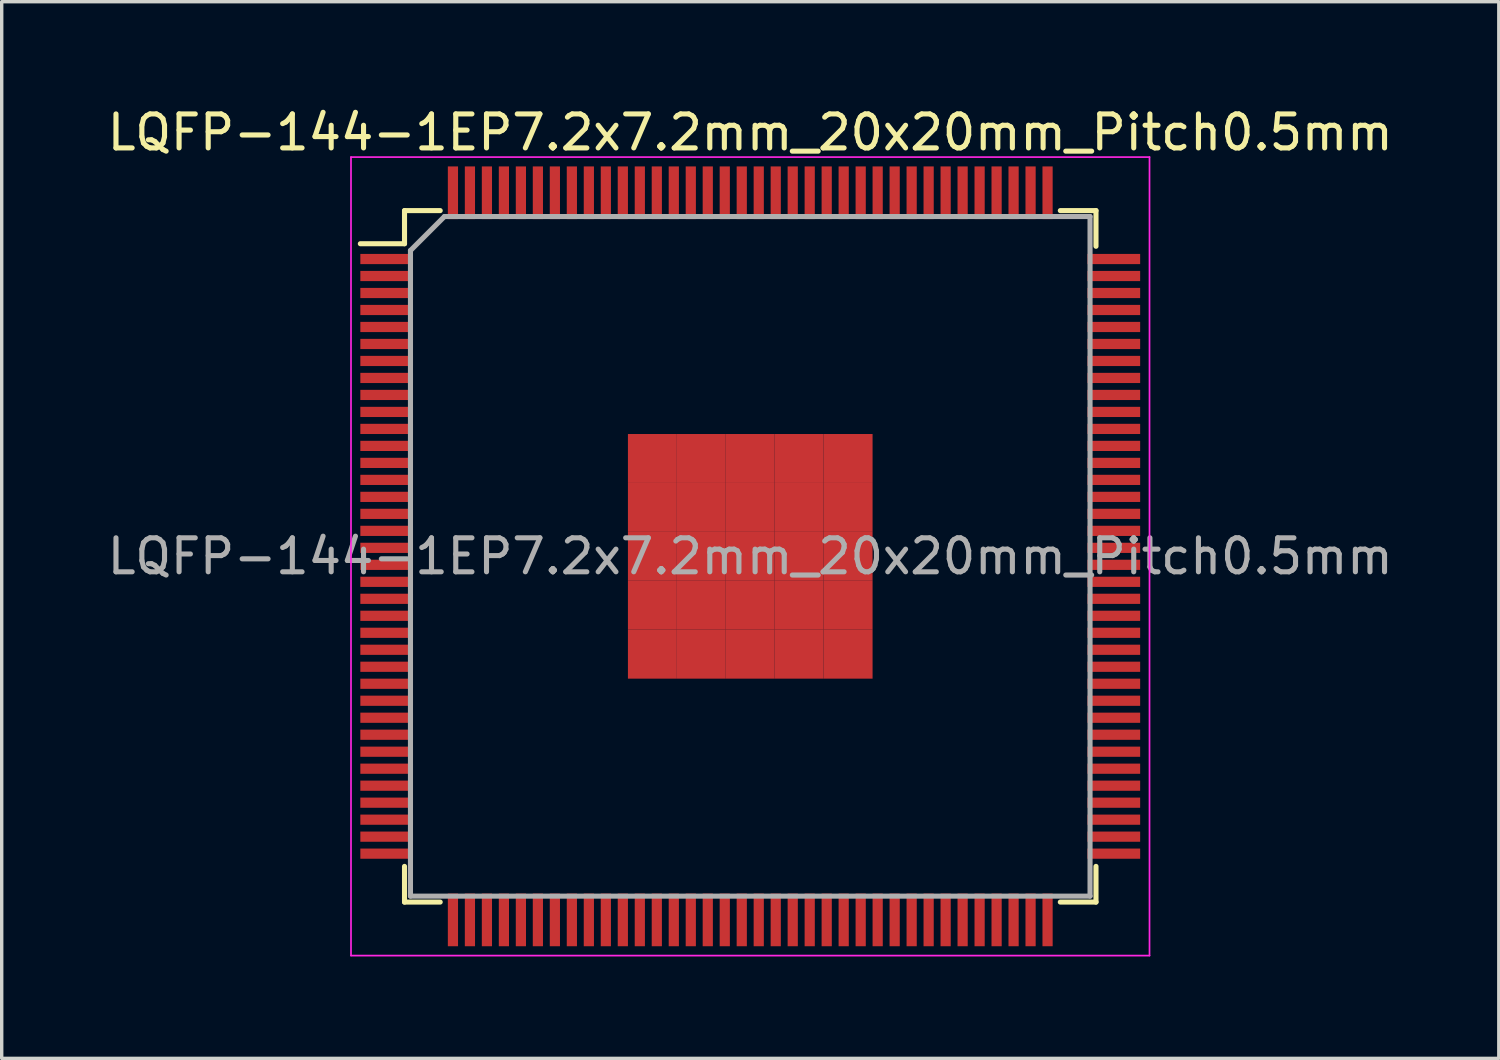
<source format=kicad_pcb>
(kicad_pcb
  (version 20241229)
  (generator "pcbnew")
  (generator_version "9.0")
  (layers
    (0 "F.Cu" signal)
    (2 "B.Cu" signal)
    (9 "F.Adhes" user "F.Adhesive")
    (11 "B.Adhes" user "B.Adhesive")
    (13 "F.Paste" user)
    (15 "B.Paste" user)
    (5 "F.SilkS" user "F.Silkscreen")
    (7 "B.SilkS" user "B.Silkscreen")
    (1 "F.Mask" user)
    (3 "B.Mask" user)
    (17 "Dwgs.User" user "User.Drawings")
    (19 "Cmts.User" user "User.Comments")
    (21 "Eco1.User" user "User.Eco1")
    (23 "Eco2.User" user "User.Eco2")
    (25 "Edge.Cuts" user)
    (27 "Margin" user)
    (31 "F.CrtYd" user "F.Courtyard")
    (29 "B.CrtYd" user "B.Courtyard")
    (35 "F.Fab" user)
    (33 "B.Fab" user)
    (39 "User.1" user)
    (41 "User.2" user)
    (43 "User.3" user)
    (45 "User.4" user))
  (footprint "LQFP-144-1EP7.2x7.2mm_20x20mm_Pitch0.5mm"
    (layer "F.Cu")
    (at 19.03 13.323)
    (property "Reference" "LQFP-144-1EP7.2x7.2mm_20x20mm_Pitch0.5mm" (at 0 -12.475 0) (layer "F.SilkS") (effects (font (size 1 1) (thickness 0.15))))
    (attr smd)
    (fp_line (start -10.175 -10.175) (end -10.175 -9.2) (stroke (width 0.15) (type solid)) (layer "F.SilkS"))
    (fp_line (start -10.175 -10.175) (end -9.125 -10.175) (stroke (width 0.15) (type solid)) (layer "F.SilkS"))
    (fp_line (start -10.175 -9.2) (end -11.475 -9.2) (stroke (width 0.15) (type solid)) (layer "F.SilkS"))
    (fp_line (start -10.175 10.175) (end -10.175 9.125) (stroke (width 0.15) (type solid)) (layer "F.SilkS"))
    (fp_line (start -10.175 10.175) (end -9.125 10.175) (stroke (width 0.15) (type solid)) (layer "F.SilkS"))
    (fp_line (start 10.175 -10.175) (end 9.125 -10.175) (stroke (width 0.15) (type solid)) (layer "F.SilkS"))
    (fp_line (start 10.175 -10.175) (end 10.175 -9.125) (stroke (width 0.15) (type solid)) (layer "F.SilkS"))
    (fp_line (start 10.175 10.175) (end 9.125 10.175) (stroke (width 0.15) (type solid)) (layer "F.SilkS"))
    (fp_line (start 10.175 10.175) (end 10.175 9.125) (stroke (width 0.15) (type solid)) (layer "F.SilkS"))
    (fp_line (start -11.75 -11.75) (end -11.75 11.75) (stroke (width 0.05) (type solid)) (layer "F.CrtYd"))
    (fp_line (start -11.75 -11.75) (end 11.75 -11.75) (stroke (width 0.05) (type solid)) (layer "F.CrtYd"))
    (fp_line (start -11.75 11.75) (end 11.75 11.75) (stroke (width 0.05) (type solid)) (layer "F.CrtYd"))
    (fp_line (start 11.75 -11.75) (end 11.75 11.75) (stroke (width 0.05) (type solid)) (layer "F.CrtYd"))
    (fp_line (start -10 -9) (end -9 -10) (stroke (width 0.15) (type solid)) (layer "F.Fab"))
    (fp_line (start -10 10) (end -10 -9) (stroke (width 0.15) (type solid)) (layer "F.Fab"))
    (fp_line (start -9 -10) (end 10 -10) (stroke (width 0.15) (type solid)) (layer "F.Fab"))
    (fp_line (start 10 -10) (end 10 10) (stroke (width 0.15) (type solid)) (layer "F.Fab"))
    (fp_line (start 10 10) (end -10 10) (stroke (width 0.15) (type solid)) (layer "F.Fab"))
    (fp_text user "${REFERENCE}" (at 0 0 0) (layer "F.Fab") (effects (font (size 1 1) (thickness 0.15))))
    (pad "1" smd rect (at -10.7 -8.75) (size 1.55 0.3) (layers "F.Cu" "F.Mask" "F.Paste"))
    (pad "2" smd rect (at -10.7 -8.25) (size 1.55 0.3) (layers "F.Cu" "F.Mask" "F.Paste"))
    (pad "3" smd rect (at -10.7 -7.75) (size 1.55 0.3) (layers "F.Cu" "F.Mask" "F.Paste"))
    (pad "4" smd rect (at -10.7 -7.25) (size 1.55 0.3) (layers "F.Cu" "F.Mask" "F.Paste"))
    (pad "5" smd rect (at -10.7 -6.75) (size 1.55 0.3) (layers "F.Cu" "F.Mask" "F.Paste"))
    (pad "6" smd rect (at -10.7 -6.25) (size 1.55 0.3) (layers "F.Cu" "F.Mask" "F.Paste"))
    (pad "7" smd rect (at -10.7 -5.75) (size 1.55 0.3) (layers "F.Cu" "F.Mask" "F.Paste"))
    (pad "8" smd rect (at -10.7 -5.25) (size 1.55 0.3) (layers "F.Cu" "F.Mask" "F.Paste"))
    (pad "9" smd rect (at -10.7 -4.75) (size 1.55 0.3) (layers "F.Cu" "F.Mask" "F.Paste"))
    (pad "10" smd rect (at -10.7 -4.25) (size 1.55 0.3) (layers "F.Cu" "F.Mask" "F.Paste"))
    (pad "11" smd rect (at -10.7 -3.75) (size 1.55 0.3) (layers "F.Cu" "F.Mask" "F.Paste"))
    (pad "12" smd rect (at -10.7 -3.25) (size 1.55 0.3) (layers "F.Cu" "F.Mask" "F.Paste"))
    (pad "13" smd rect (at -10.7 -2.75) (size 1.55 0.3) (layers "F.Cu" "F.Mask" "F.Paste"))
    (pad "14" smd rect (at -10.7 -2.25) (size 1.55 0.3) (layers "F.Cu" "F.Mask" "F.Paste"))
    (pad "15" smd rect (at -10.7 -1.75) (size 1.55 0.3) (layers "F.Cu" "F.Mask" "F.Paste"))
    (pad "16" smd rect (at -10.7 -1.25) (size 1.55 0.3) (layers "F.Cu" "F.Mask" "F.Paste"))
    (pad "17" smd rect (at -10.7 -0.75) (size 1.55 0.3) (layers "F.Cu" "F.Mask" "F.Paste"))
    (pad "18" smd rect (at -10.7 -0.25) (size 1.55 0.3) (layers "F.Cu" "F.Mask" "F.Paste"))
    (pad "19" smd rect (at -10.7 0.25) (size 1.55 0.3) (layers "F.Cu" "F.Mask" "F.Paste"))
    (pad "20" smd rect (at -10.7 0.75) (size 1.55 0.3) (layers "F.Cu" "F.Mask" "F.Paste"))
    (pad "21" smd rect (at -10.7 1.25) (size 1.55 0.3) (layers "F.Cu" "F.Mask" "F.Paste"))
    (pad "22" smd rect (at -10.7 1.75) (size 1.55 0.3) (layers "F.Cu" "F.Mask" "F.Paste"))
    (pad "23" smd rect (at -10.7 2.25) (size 1.55 0.3) (layers "F.Cu" "F.Mask" "F.Paste"))
    (pad "24" smd rect (at -10.7 2.75) (size 1.55 0.3) (layers "F.Cu" "F.Mask" "F.Paste"))
    (pad "25" smd rect (at -10.7 3.25) (size 1.55 0.3) (layers "F.Cu" "F.Mask" "F.Paste"))
    (pad "26" smd rect (at -10.7 3.75) (size 1.55 0.3) (layers "F.Cu" "F.Mask" "F.Paste"))
    (pad "27" smd rect (at -10.7 4.25) (size 1.55 0.3) (layers "F.Cu" "F.Mask" "F.Paste"))
    (pad "28" smd rect (at -10.7 4.75) (size 1.55 0.3) (layers "F.Cu" "F.Mask" "F.Paste"))
    (pad "29" smd rect (at -10.7 5.25) (size 1.55 0.3) (layers "F.Cu" "F.Mask" "F.Paste"))
    (pad "30" smd rect (at -10.7 5.75) (size 1.55 0.3) (layers "F.Cu" "F.Mask" "F.Paste"))
    (pad "31" smd rect (at -10.7 6.25) (size 1.55 0.3) (layers "F.Cu" "F.Mask" "F.Paste"))
    (pad "32" smd rect (at -10.7 6.75) (size 1.55 0.3) (layers "F.Cu" "F.Mask" "F.Paste"))
    (pad "33" smd rect (at -10.7 7.25) (size 1.55 0.3) (layers "F.Cu" "F.Mask" "F.Paste"))
    (pad "34" smd rect (at -10.7 7.75) (size 1.55 0.3) (layers "F.Cu" "F.Mask" "F.Paste"))
    (pad "35" smd rect (at -10.7 8.25) (size 1.55 0.3) (layers "F.Cu" "F.Mask" "F.Paste"))
    (pad "36" smd rect (at -10.7 8.75) (size 1.55 0.3) (layers "F.Cu" "F.Mask" "F.Paste"))
    (pad "37" smd rect (at -8.75 10.7 90) (size 1.55 0.3) (layers "F.Cu" "F.Mask" "F.Paste"))
    (pad "38" smd rect (at -8.25 10.7 90) (size 1.55 0.3) (layers "F.Cu" "F.Mask" "F.Paste"))
    (pad "39" smd rect (at -7.75 10.7 90) (size 1.55 0.3) (layers "F.Cu" "F.Mask" "F.Paste"))
    (pad "40" smd rect (at -7.25 10.7 90) (size 1.55 0.3) (layers "F.Cu" "F.Mask" "F.Paste"))
    (pad "41" smd rect (at -6.75 10.7 90) (size 1.55 0.3) (layers "F.Cu" "F.Mask" "F.Paste"))
    (pad "42" smd rect (at -6.25 10.7 90) (size 1.55 0.3) (layers "F.Cu" "F.Mask" "F.Paste"))
    (pad "43" smd rect (at -5.75 10.7 90) (size 1.55 0.3) (layers "F.Cu" "F.Mask" "F.Paste"))
    (pad "44" smd rect (at -5.25 10.7 90) (size 1.55 0.3) (layers "F.Cu" "F.Mask" "F.Paste"))
    (pad "45" smd rect (at -4.75 10.7 90) (size 1.55 0.3) (layers "F.Cu" "F.Mask" "F.Paste"))
    (pad "46" smd rect (at -4.25 10.7 90) (size 1.55 0.3) (layers "F.Cu" "F.Mask" "F.Paste"))
    (pad "47" smd rect (at -3.75 10.7 90) (size 1.55 0.3) (layers "F.Cu" "F.Mask" "F.Paste"))
    (pad "48" smd rect (at -3.25 10.7 90) (size 1.55 0.3) (layers "F.Cu" "F.Mask" "F.Paste"))
    (pad "49" smd rect (at -2.75 10.7 90) (size 1.55 0.3) (layers "F.Cu" "F.Mask" "F.Paste"))
    (pad "50" smd rect (at -2.25 10.7 90) (size 1.55 0.3) (layers "F.Cu" "F.Mask" "F.Paste"))
    (pad "51" smd rect (at -1.75 10.7 90) (size 1.55 0.3) (layers "F.Cu" "F.Mask" "F.Paste"))
    (pad "52" smd rect (at -1.25 10.7 90) (size 1.55 0.3) (layers "F.Cu" "F.Mask" "F.Paste"))
    (pad "53" smd rect (at -0.75 10.7 90) (size 1.55 0.3) (layers "F.Cu" "F.Mask" "F.Paste"))
    (pad "54" smd rect (at -0.25 10.7 90) (size 1.55 0.3) (layers "F.Cu" "F.Mask" "F.Paste"))
    (pad "55" smd rect (at 0.25 10.7 90) (size 1.55 0.3) (layers "F.Cu" "F.Mask" "F.Paste"))
    (pad "56" smd rect (at 0.75 10.7 90) (size 1.55 0.3) (layers "F.Cu" "F.Mask" "F.Paste"))
    (pad "57" smd rect (at 1.25 10.7 90) (size 1.55 0.3) (layers "F.Cu" "F.Mask" "F.Paste"))
    (pad "58" smd rect (at 1.75 10.7 90) (size 1.55 0.3) (layers "F.Cu" "F.Mask" "F.Paste"))
    (pad "59" smd rect (at 2.25 10.7 90) (size 1.55 0.3) (layers "F.Cu" "F.Mask" "F.Paste"))
    (pad "60" smd rect (at 2.75 10.7 90) (size 1.55 0.3) (layers "F.Cu" "F.Mask" "F.Paste"))
    (pad "61" smd rect (at 3.25 10.7 90) (size 1.55 0.3) (layers "F.Cu" "F.Mask" "F.Paste"))
    (pad "62" smd rect (at 3.75 10.7 90) (size 1.55 0.3) (layers "F.Cu" "F.Mask" "F.Paste"))
    (pad "63" smd rect (at 4.25 10.7 90) (size 1.55 0.3) (layers "F.Cu" "F.Mask" "F.Paste"))
    (pad "64" smd rect (at 4.75 10.7 90) (size 1.55 0.3) (layers "F.Cu" "F.Mask" "F.Paste"))
    (pad "65" smd rect (at 5.25 10.7 90) (size 1.55 0.3) (layers "F.Cu" "F.Mask" "F.Paste"))
    (pad "66" smd rect (at 5.75 10.7 90) (size 1.55 0.3) (layers "F.Cu" "F.Mask" "F.Paste"))
    (pad "67" smd rect (at 6.25 10.7 90) (size 1.55 0.3) (layers "F.Cu" "F.Mask" "F.Paste"))
    (pad "68" smd rect (at 6.75 10.7 90) (size 1.55 0.3) (layers "F.Cu" "F.Mask" "F.Paste"))
    (pad "69" smd rect (at 7.25 10.7 90) (size 1.55 0.3) (layers "F.Cu" "F.Mask" "F.Paste"))
    (pad "70" smd rect (at 7.75 10.7 90) (size 1.55 0.3) (layers "F.Cu" "F.Mask" "F.Paste"))
    (pad "71" smd rect (at 8.25 10.7 90) (size 1.55 0.3) (layers "F.Cu" "F.Mask" "F.Paste"))
    (pad "72" smd rect (at 8.75 10.7 90) (size 1.55 0.3) (layers "F.Cu" "F.Mask" "F.Paste"))
    (pad "73" smd rect (at 10.7 8.75) (size 1.55 0.3) (layers "F.Cu" "F.Mask" "F.Paste"))
    (pad "74" smd rect (at 10.7 8.25) (size 1.55 0.3) (layers "F.Cu" "F.Mask" "F.Paste"))
    (pad "75" smd rect (at 10.7 7.75) (size 1.55 0.3) (layers "F.Cu" "F.Mask" "F.Paste"))
    (pad "76" smd rect (at 10.7 7.25) (size 1.55 0.3) (layers "F.Cu" "F.Mask" "F.Paste"))
    (pad "77" smd rect (at 10.7 6.75) (size 1.55 0.3) (layers "F.Cu" "F.Mask" "F.Paste"))
    (pad "78" smd rect (at 10.7 6.25) (size 1.55 0.3) (layers "F.Cu" "F.Mask" "F.Paste"))
    (pad "79" smd rect (at 10.7 5.75) (size 1.55 0.3) (layers "F.Cu" "F.Mask" "F.Paste"))
    (pad "80" smd rect (at 10.7 5.25) (size 1.55 0.3) (layers "F.Cu" "F.Mask" "F.Paste"))
    (pad "81" smd rect (at 10.7 4.75) (size 1.55 0.3) (layers "F.Cu" "F.Mask" "F.Paste"))
    (pad "82" smd rect (at 10.7 4.25) (size 1.55 0.3) (layers "F.Cu" "F.Mask" "F.Paste"))
    (pad "83" smd rect (at 10.7 3.75) (size 1.55 0.3) (layers "F.Cu" "F.Mask" "F.Paste"))
    (pad "84" smd rect (at 10.7 3.25) (size 1.55 0.3) (layers "F.Cu" "F.Mask" "F.Paste"))
    (pad "85" smd rect (at 10.7 2.75) (size 1.55 0.3) (layers "F.Cu" "F.Mask" "F.Paste"))
    (pad "86" smd rect (at 10.7 2.25) (size 1.55 0.3) (layers "F.Cu" "F.Mask" "F.Paste"))
    (pad "87" smd rect (at 10.7 1.75) (size 1.55 0.3) (layers "F.Cu" "F.Mask" "F.Paste"))
    (pad "88" smd rect (at 10.7 1.25) (size 1.55 0.3) (layers "F.Cu" "F.Mask" "F.Paste"))
    (pad "89" smd rect (at 10.7 0.75) (size 1.55 0.3) (layers "F.Cu" "F.Mask" "F.Paste"))
    (pad "90" smd rect (at 10.7 0.25) (size 1.55 0.3) (layers "F.Cu" "F.Mask" "F.Paste"))
    (pad "91" smd rect (at 10.7 -0.25) (size 1.55 0.3) (layers "F.Cu" "F.Mask" "F.Paste"))
    (pad "92" smd rect (at 10.7 -0.75) (size 1.55 0.3) (layers "F.Cu" "F.Mask" "F.Paste"))
    (pad "93" smd rect (at 10.7 -1.25) (size 1.55 0.3) (layers "F.Cu" "F.Mask" "F.Paste"))
    (pad "94" smd rect (at 10.7 -1.75) (size 1.55 0.3) (layers "F.Cu" "F.Mask" "F.Paste"))
    (pad "95" smd rect (at 10.7 -2.25) (size 1.55 0.3) (layers "F.Cu" "F.Mask" "F.Paste"))
    (pad "96" smd rect (at 10.7 -2.75) (size 1.55 0.3) (layers "F.Cu" "F.Mask" "F.Paste"))
    (pad "97" smd rect (at 10.7 -3.25) (size 1.55 0.3) (layers "F.Cu" "F.Mask" "F.Paste"))
    (pad "98" smd rect (at 10.7 -3.75) (size 1.55 0.3) (layers "F.Cu" "F.Mask" "F.Paste"))
    (pad "99" smd rect (at 10.7 -4.25) (size 1.55 0.3) (layers "F.Cu" "F.Mask" "F.Paste"))
    (pad "100" smd rect (at 10.7 -4.75) (size 1.55 0.3) (layers "F.Cu" "F.Mask" "F.Paste"))
    (pad "101" smd rect (at 10.7 -5.25) (size 1.55 0.3) (layers "F.Cu" "F.Mask" "F.Paste"))
    (pad "102" smd rect (at 10.7 -5.75) (size 1.55 0.3) (layers "F.Cu" "F.Mask" "F.Paste"))
    (pad "103" smd rect (at 10.7 -6.25) (size 1.55 0.3) (layers "F.Cu" "F.Mask" "F.Paste"))
    (pad "104" smd rect (at 10.7 -6.75) (size 1.55 0.3) (layers "F.Cu" "F.Mask" "F.Paste"))
    (pad "105" smd rect (at 10.7 -7.25) (size 1.55 0.3) (layers "F.Cu" "F.Mask" "F.Paste"))
    (pad "106" smd rect (at 10.7 -7.75) (size 1.55 0.3) (layers "F.Cu" "F.Mask" "F.Paste"))
    (pad "107" smd rect (at 10.7 -8.25) (size 1.55 0.3) (layers "F.Cu" "F.Mask" "F.Paste"))
    (pad "108" smd rect (at 10.7 -8.75) (size 1.55 0.3) (layers "F.Cu" "F.Mask" "F.Paste"))
    (pad "109" smd rect (at 8.75 -10.7 90) (size 1.55 0.3) (layers "F.Cu" "F.Mask" "F.Paste"))
    (pad "110" smd rect (at 8.25 -10.7 90) (size 1.55 0.3) (layers "F.Cu" "F.Mask" "F.Paste"))
    (pad "111" smd rect (at 7.75 -10.7 90) (size 1.55 0.3) (layers "F.Cu" "F.Mask" "F.Paste"))
    (pad "112" smd rect (at 7.25 -10.7 90) (size 1.55 0.3) (layers "F.Cu" "F.Mask" "F.Paste"))
    (pad "113" smd rect (at 6.75 -10.7 90) (size 1.55 0.3) (layers "F.Cu" "F.Mask" "F.Paste"))
    (pad "114" smd rect (at 6.25 -10.7 90) (size 1.55 0.3) (layers "F.Cu" "F.Mask" "F.Paste"))
    (pad "115" smd rect (at 5.75 -10.7 90) (size 1.55 0.3) (layers "F.Cu" "F.Mask" "F.Paste"))
    (pad "116" smd rect (at 5.25 -10.7 90) (size 1.55 0.3) (layers "F.Cu" "F.Mask" "F.Paste"))
    (pad "117" smd rect (at 4.75 -10.7 90) (size 1.55 0.3) (layers "F.Cu" "F.Mask" "F.Paste"))
    (pad "118" smd rect (at 4.25 -10.7 90) (size 1.55 0.3) (layers "F.Cu" "F.Mask" "F.Paste"))
    (pad "119" smd rect (at 3.75 -10.7 90) (size 1.55 0.3) (layers "F.Cu" "F.Mask" "F.Paste"))
    (pad "120" smd rect (at 3.25 -10.7 90) (size 1.55 0.3) (layers "F.Cu" "F.Mask" "F.Paste"))
    (pad "121" smd rect (at 2.75 -10.7 90) (size 1.55 0.3) (layers "F.Cu" "F.Mask" "F.Paste"))
    (pad "122" smd rect (at 2.25 -10.7 90) (size 1.55 0.3) (layers "F.Cu" "F.Mask" "F.Paste"))
    (pad "123" smd rect (at 1.75 -10.7 90) (size 1.55 0.3) (layers "F.Cu" "F.Mask" "F.Paste"))
    (pad "124" smd rect (at 1.25 -10.7 90) (size 1.55 0.3) (layers "F.Cu" "F.Mask" "F.Paste"))
    (pad "125" smd rect (at 0.75 -10.7 90) (size 1.55 0.3) (layers "F.Cu" "F.Mask" "F.Paste"))
    (pad "126" smd rect (at 0.25 -10.7 90) (size 1.55 0.3) (layers "F.Cu" "F.Mask" "F.Paste"))
    (pad "127" smd rect (at -0.25 -10.7 90) (size 1.55 0.3) (layers "F.Cu" "F.Mask" "F.Paste"))
    (pad "128" smd rect (at -0.75 -10.7 90) (size 1.55 0.3) (layers "F.Cu" "F.Mask" "F.Paste"))
    (pad "129" smd rect (at -1.25 -10.7 90) (size 1.55 0.3) (layers "F.Cu" "F.Mask" "F.Paste"))
    (pad "130" smd rect (at -1.75 -10.7 90) (size 1.55 0.3) (layers "F.Cu" "F.Mask" "F.Paste"))
    (pad "131" smd rect (at -2.25 -10.7 90) (size 1.55 0.3) (layers "F.Cu" "F.Mask" "F.Paste"))
    (pad "132" smd rect (at -2.75 -10.7 90) (size 1.55 0.3) (layers "F.Cu" "F.Mask" "F.Paste"))
    (pad "133" smd rect (at -3.25 -10.7 90) (size 1.55 0.3) (layers "F.Cu" "F.Mask" "F.Paste"))
    (pad "134" smd rect (at -3.75 -10.7 90) (size 1.55 0.3) (layers "F.Cu" "F.Mask" "F.Paste"))
    (pad "135" smd rect (at -4.25 -10.7 90) (size 1.55 0.3) (layers "F.Cu" "F.Mask" "F.Paste"))
    (pad "136" smd rect (at -4.75 -10.7 90) (size 1.55 0.3) (layers "F.Cu" "F.Mask" "F.Paste"))
    (pad "137" smd rect (at -5.25 -10.7 90) (size 1.55 0.3) (layers "F.Cu" "F.Mask" "F.Paste"))
    (pad "138" smd rect (at -5.75 -10.7 90) (size 1.55 0.3) (layers "F.Cu" "F.Mask" "F.Paste"))
    (pad "139" smd rect (at -6.25 -10.7 90) (size 1.55 0.3) (layers "F.Cu" "F.Mask" "F.Paste"))
    (pad "140" smd rect (at -6.75 -10.7 90) (size 1.55 0.3) (layers "F.Cu" "F.Mask" "F.Paste"))
    (pad "141" smd rect (at -7.25 -10.7 90) (size 1.55 0.3) (layers "F.Cu" "F.Mask" "F.Paste"))
    (pad "142" smd rect (at -7.75 -10.7 90) (size 1.55 0.3) (layers "F.Cu" "F.Mask" "F.Paste"))
    (pad "143" smd rect (at -8.25 -10.7 90) (size 1.55 0.3) (layers "F.Cu" "F.Mask" "F.Paste"))
    (pad "144" smd rect (at -8.75 -10.7 90) (size 1.55 0.3) (layers "F.Cu" "F.Mask" "F.Paste"))
    (pad "145" smd rect (at -2.88 -2.88) (size 1.44 1.44) (layers "F.Cu" "F.Mask" "F.Paste"))
    (pad "145" smd rect (at -2.88 -1.44) (size 1.44 1.44) (layers "F.Cu" "F.Mask" "F.Paste"))
    (pad "145" smd rect (at -2.88 0) (size 1.44 1.44) (layers "F.Cu" "F.Mask" "F.Paste"))
    (pad "145" smd rect (at -2.88 1.44) (size 1.44 1.44) (layers "F.Cu" "F.Mask" "F.Paste"))
    (pad "145" smd rect (at -2.88 2.88) (size 1.44 1.44) (layers "F.Cu" "F.Mask" "F.Paste"))
    (pad "145" smd rect (at -1.44 -2.88) (size 1.44 1.44) (layers "F.Cu" "F.Mask" "F.Paste"))
    (pad "145" smd rect (at -1.44 -1.44) (size 1.44 1.44) (layers "F.Cu" "F.Mask" "F.Paste"))
    (pad "145" smd rect (at -1.44 0) (size 1.44 1.44) (layers "F.Cu" "F.Mask" "F.Paste"))
    (pad "145" smd rect (at -1.44 1.44) (size 1.44 1.44) (layers "F.Cu" "F.Mask" "F.Paste"))
    (pad "145" smd rect (at -1.44 2.88) (size 1.44 1.44) (layers "F.Cu" "F.Mask" "F.Paste"))
    (pad "145" smd rect (at 0 -2.88) (size 1.44 1.44) (layers "F.Cu" "F.Mask" "F.Paste"))
    (pad "145" smd rect (at 0 -1.44) (size 1.44 1.44) (layers "F.Cu" "F.Mask" "F.Paste"))
    (pad "145" smd rect (at 0 0) (size 1.44 1.44) (layers "F.Cu" "F.Mask" "F.Paste"))
    (pad "145" smd rect (at 0 1.44) (size 1.44 1.44) (layers "F.Cu" "F.Mask" "F.Paste"))
    (pad "145" smd rect (at 0 2.88) (size 1.44 1.44) (layers "F.Cu" "F.Mask" "F.Paste"))
    (pad "145" smd rect (at 1.44 -2.88) (size 1.44 1.44) (layers "F.Cu" "F.Mask" "F.Paste"))
    (pad "145" smd rect (at 1.44 -1.44) (size 1.44 1.44) (layers "F.Cu" "F.Mask" "F.Paste"))
    (pad "145" smd rect (at 1.44 0) (size 1.44 1.44) (layers "F.Cu" "F.Mask" "F.Paste"))
    (pad "145" smd rect (at 1.44 1.44) (size 1.44 1.44) (layers "F.Cu" "F.Mask" "F.Paste"))
    (pad "145" smd rect (at 1.44 2.88) (size 1.44 1.44) (layers "F.Cu" "F.Mask" "F.Paste"))
    (pad "145" smd rect (at 2.88 -2.88) (size 1.44 1.44) (layers "F.Cu" "F.Mask" "F.Paste"))
    (pad "145" smd rect (at 2.88 -1.44) (size 1.44 1.44) (layers "F.Cu" "F.Mask" "F.Paste"))
    (pad "145" smd rect (at 2.88 0) (size 1.44 1.44) (layers "F.Cu" "F.Mask" "F.Paste"))
    (pad "145" smd rect (at 2.88 1.44) (size 1.44 1.44) (layers "F.Cu" "F.Mask" "F.Paste"))
    (pad "145" smd rect (at 2.88 2.88) (size 1.44 1.44) (layers "F.Cu" "F.Mask" "F.Paste")))
  (gr_rect
    (start -3 -3)
    (end 41.06 28.098)
    (stroke (width 0.1) (type default))
    (fill no)
    (layer "Edge.Cuts")))
</source>
